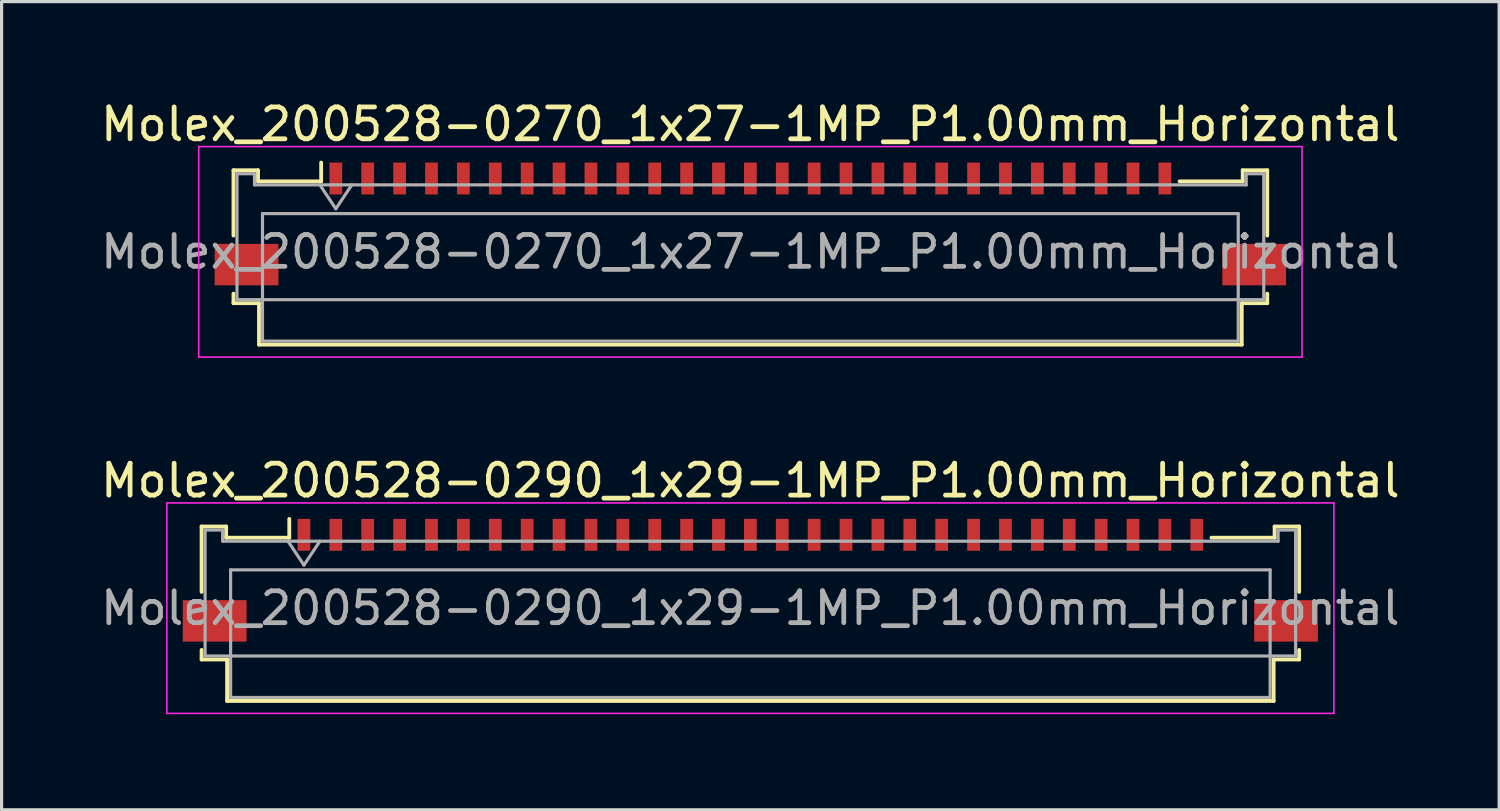
<source format=kicad_pcb>
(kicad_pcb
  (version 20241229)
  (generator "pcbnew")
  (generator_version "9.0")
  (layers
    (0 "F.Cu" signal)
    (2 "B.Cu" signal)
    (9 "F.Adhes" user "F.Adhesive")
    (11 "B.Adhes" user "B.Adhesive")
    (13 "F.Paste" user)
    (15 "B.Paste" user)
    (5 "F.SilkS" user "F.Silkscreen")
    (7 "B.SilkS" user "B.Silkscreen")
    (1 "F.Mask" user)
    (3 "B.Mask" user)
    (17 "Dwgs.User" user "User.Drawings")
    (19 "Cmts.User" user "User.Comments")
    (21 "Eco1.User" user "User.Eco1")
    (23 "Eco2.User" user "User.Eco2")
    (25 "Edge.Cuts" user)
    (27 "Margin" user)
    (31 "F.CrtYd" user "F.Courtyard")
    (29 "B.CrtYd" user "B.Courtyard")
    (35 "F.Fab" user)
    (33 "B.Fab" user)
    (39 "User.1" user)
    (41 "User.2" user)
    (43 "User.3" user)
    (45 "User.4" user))
  (footprint "Molex_200528-0290_1x29-1MP_P1.00mm_Horizontal"
    (layer "F.Cu")
    (at 20.482 14.632)
    (property "Reference" "Molex_200528-0290_1x29-1MP_P1.00mm_Horizontal" (at 0 -2.61 0) (layer "F.SilkS") (effects (font (size 1 1) (thickness 0.15))))
    (attr smd)
    (fp_line (start -17.21 -1.17) (end -17.21 0.88) (stroke (width 0.12) (type solid)) (layer "F.SilkS"))
    (fp_line (start -17.21 2.7) (end -17.21 3) (stroke (width 0.12) (type solid)) (layer "F.SilkS"))
    (fp_line (start -17.21 3) (end -16.41 3) (stroke (width 0.12) (type solid)) (layer "F.SilkS"))
    (fp_line (start -16.44 -1.17) (end -17.21 -1.17) (stroke (width 0.12) (type solid)) (layer "F.SilkS"))
    (fp_line (start -16.44 -0.82) (end -16.44 -1.17) (stroke (width 0.12) (type solid)) (layer "F.SilkS"))
    (fp_line (start -16.41 3) (end -16.41 4.3) (stroke (width 0.12) (type solid)) (layer "F.SilkS"))
    (fp_line (start -16.41 4.3) (end 16.41 4.3) (stroke (width 0.12) (type solid)) (layer "F.SilkS"))
    (fp_line (start -14.46 -1.41) (end -14.46 -0.82) (stroke (width 0.12) (type solid)) (layer "F.SilkS"))
    (fp_line (start -14.46 -0.82) (end -16.44 -0.82) (stroke (width 0.12) (type solid)) (layer "F.SilkS"))
    (fp_line (start 16.41 3) (end 17.21 3) (stroke (width 0.12) (type solid)) (layer "F.SilkS"))
    (fp_line (start 16.41 4.3) (end 16.41 3) (stroke (width 0.12) (type solid)) (layer "F.SilkS"))
    (fp_line (start 16.44 -1.17) (end 16.44 -0.82) (stroke (width 0.12) (type solid)) (layer "F.SilkS"))
    (fp_line (start 16.44 -0.82) (end 14.46 -0.82) (stroke (width 0.12) (type solid)) (layer "F.SilkS"))
    (fp_line (start 17.21 -1.17) (end 16.44 -1.17) (stroke (width 0.12) (type solid)) (layer "F.SilkS"))
    (fp_line (start 17.21 0.88) (end 17.21 -1.17) (stroke (width 0.12) (type solid)) (layer "F.SilkS"))
    (fp_line (start 17.21 3) (end 17.21 2.7) (stroke (width 0.12) (type solid)) (layer "F.SilkS"))
    (fp_line (start -18.3 -1.91) (end -18.3 4.69) (stroke (width 0.05) (type solid)) (layer "F.CrtYd"))
    (fp_line (start -18.3 4.69) (end 18.3 4.69) (stroke (width 0.05) (type solid)) (layer "F.CrtYd"))
    (fp_line (start 18.3 -1.91) (end -18.3 -1.91) (stroke (width 0.05) (type solid)) (layer "F.CrtYd"))
    (fp_line (start 18.3 4.69) (end 18.3 -1.91) (stroke (width 0.05) (type solid)) (layer "F.CrtYd"))
    (fp_line (start -17.1 -1.06) (end -17.1 2.89) (stroke (width 0.1) (type solid)) (layer "F.Fab"))
    (fp_line (start -17.1 2.89) (end 17.1 2.89) (stroke (width 0.1) (type solid)) (layer "F.Fab"))
    (fp_line (start -16.55 -1.06) (end -17.1 -1.06) (stroke (width 0.1) (type solid)) (layer "F.Fab"))
    (fp_line (start -16.55 -0.71) (end -16.55 -1.06) (stroke (width 0.1) (type solid)) (layer "F.Fab"))
    (fp_line (start -16.3 0.19) (end -16.3 4.19) (stroke (width 0.1) (type solid)) (layer "F.Fab"))
    (fp_line (start -16.3 4.19) (end 16.3 4.19) (stroke (width 0.1) (type solid)) (layer "F.Fab"))
    (fp_line (start -14.5 -0.71) (end -14 0.04) (stroke (width 0.1) (type solid)) (layer "F.Fab"))
    (fp_line (start -14 0.04) (end -13.5 -0.71) (stroke (width 0.1) (type solid)) (layer "F.Fab"))
    (fp_line (start 16.3 0.19) (end -16.3 0.19) (stroke (width 0.1) (type solid)) (layer "F.Fab"))
    (fp_line (start 16.3 4.19) (end 16.3 0.19) (stroke (width 0.1) (type solid)) (layer "F.Fab"))
    (fp_line (start 16.55 -1.06) (end 16.55 -0.71) (stroke (width 0.1) (type solid)) (layer "F.Fab"))
    (fp_line (start 16.55 -0.71) (end -16.55 -0.71) (stroke (width 0.1) (type solid)) (layer "F.Fab"))
    (fp_line (start 17.1 -1.06) (end 16.55 -1.06) (stroke (width 0.1) (type solid)) (layer "F.Fab"))
    (fp_line (start 17.1 2.89) (end 17.1 -1.06) (stroke (width 0.1) (type solid)) (layer "F.Fab"))
    (fp_text user "${REFERENCE}" (at 0 1.39 0) (layer "F.Fab") (effects (font (size 1 1) (thickness 0.15))))
    (pad "1" smd rect (at -14 -0.91) (size 0.4 1) (layers "F.Cu" "F.Mask" "F.Paste"))
    (pad "2" smd rect (at -13 -0.91) (size 0.4 1) (layers "F.Cu" "F.Mask" "F.Paste"))
    (pad "3" smd rect (at -12 -0.91) (size 0.4 1) (layers "F.Cu" "F.Mask" "F.Paste"))
    (pad "4" smd rect (at -11 -0.91) (size 0.4 1) (layers "F.Cu" "F.Mask" "F.Paste"))
    (pad "5" smd rect (at -10 -0.91) (size 0.4 1) (layers "F.Cu" "F.Mask" "F.Paste"))
    (pad "6" smd rect (at -9 -0.91) (size 0.4 1) (layers "F.Cu" "F.Mask" "F.Paste"))
    (pad "7" smd rect (at -8 -0.91) (size 0.4 1) (layers "F.Cu" "F.Mask" "F.Paste"))
    (pad "8" smd rect (at -7 -0.91) (size 0.4 1) (layers "F.Cu" "F.Mask" "F.Paste"))
    (pad "9" smd rect (at -6 -0.91) (size 0.4 1) (layers "F.Cu" "F.Mask" "F.Paste"))
    (pad "10" smd rect (at -5 -0.91) (size 0.4 1) (layers "F.Cu" "F.Mask" "F.Paste"))
    (pad "11" smd rect (at -4 -0.91) (size 0.4 1) (layers "F.Cu" "F.Mask" "F.Paste"))
    (pad "12" smd rect (at -3 -0.91) (size 0.4 1) (layers "F.Cu" "F.Mask" "F.Paste"))
    (pad "13" smd rect (at -2 -0.91) (size 0.4 1) (layers "F.Cu" "F.Mask" "F.Paste"))
    (pad "14" smd rect (at -1 -0.91) (size 0.4 1) (layers "F.Cu" "F.Mask" "F.Paste"))
    (pad "15" smd rect (at 0 -0.91) (size 0.4 1) (layers "F.Cu" "F.Mask" "F.Paste"))
    (pad "16" smd rect (at 1 -0.91) (size 0.4 1) (layers "F.Cu" "F.Mask" "F.Paste"))
    (pad "17" smd rect (at 2 -0.91) (size 0.4 1) (layers "F.Cu" "F.Mask" "F.Paste"))
    (pad "18" smd rect (at 3 -0.91) (size 0.4 1) (layers "F.Cu" "F.Mask" "F.Paste"))
    (pad "19" smd rect (at 4 -0.91) (size 0.4 1) (layers "F.Cu" "F.Mask" "F.Paste"))
    (pad "20" smd rect (at 5 -0.91) (size 0.4 1) (layers "F.Cu" "F.Mask" "F.Paste"))
    (pad "21" smd rect (at 6 -0.91) (size 0.4 1) (layers "F.Cu" "F.Mask" "F.Paste"))
    (pad "22" smd rect (at 7 -0.91) (size 0.4 1) (layers "F.Cu" "F.Mask" "F.Paste"))
    (pad "23" smd rect (at 8 -0.91) (size 0.4 1) (layers "F.Cu" "F.Mask" "F.Paste"))
    (pad "24" smd rect (at 9 -0.91) (size 0.4 1) (layers "F.Cu" "F.Mask" "F.Paste"))
    (pad "25" smd rect (at 10 -0.91) (size 0.4 1) (layers "F.Cu" "F.Mask" "F.Paste"))
    (pad "26" smd rect (at 11 -0.91) (size 0.4 1) (layers "F.Cu" "F.Mask" "F.Paste"))
    (pad "27" smd rect (at 12 -0.91) (size 0.4 1) (layers "F.Cu" "F.Mask" "F.Paste"))
    (pad "28" smd rect (at 13 -0.91) (size 0.4 1) (layers "F.Cu" "F.Mask" "F.Paste"))
    (pad "29" smd rect (at 14 -0.91) (size 0.4 1) (layers "F.Cu" "F.Mask" "F.Paste"))
    (pad "MP" smd rect (at -16.8 1.79) (size 2 1.3) (layers "F.Cu" "F.Mask" "F.Paste"))
    (pad "MP" smd rect (at 16.8 1.79) (size 2 1.3) (layers "F.Cu" "F.Mask" "F.Paste")))
  (footprint "Molex_200528-0270_1x27-1MP_P1.00mm_Horizontal"
    (layer "F.Cu")
    (at 20.482 3.458)
    (property "Reference" "Molex_200528-0270_1x27-1MP_P1.00mm_Horizontal" (at 0 -2.61 0) (layer "F.SilkS") (effects (font (size 1 1) (thickness 0.15))))
    (attr smd)
    (fp_line (start -16.21 -1.17) (end -16.21 0.88) (stroke (width 0.12) (type solid)) (layer "F.SilkS"))
    (fp_line (start -16.21 2.7) (end -16.21 3) (stroke (width 0.12) (type solid)) (layer "F.SilkS"))
    (fp_line (start -16.21 3) (end -15.41 3) (stroke (width 0.12) (type solid)) (layer "F.SilkS"))
    (fp_line (start -15.44 -1.17) (end -16.21 -1.17) (stroke (width 0.12) (type solid)) (layer "F.SilkS"))
    (fp_line (start -15.44 -0.82) (end -15.44 -1.17) (stroke (width 0.12) (type solid)) (layer "F.SilkS"))
    (fp_line (start -15.41 3) (end -15.41 4.3) (stroke (width 0.12) (type solid)) (layer "F.SilkS"))
    (fp_line (start -15.41 4.3) (end 15.41 4.3) (stroke (width 0.12) (type solid)) (layer "F.SilkS"))
    (fp_line (start -13.46 -1.41) (end -13.46 -0.82) (stroke (width 0.12) (type solid)) (layer "F.SilkS"))
    (fp_line (start -13.46 -0.82) (end -15.44 -0.82) (stroke (width 0.12) (type solid)) (layer "F.SilkS"))
    (fp_line (start 15.41 3) (end 16.21 3) (stroke (width 0.12) (type solid)) (layer "F.SilkS"))
    (fp_line (start 15.41 4.3) (end 15.41 3) (stroke (width 0.12) (type solid)) (layer "F.SilkS"))
    (fp_line (start 15.44 -1.17) (end 15.44 -0.82) (stroke (width 0.12) (type solid)) (layer "F.SilkS"))
    (fp_line (start 15.44 -0.82) (end 13.46 -0.82) (stroke (width 0.12) (type solid)) (layer "F.SilkS"))
    (fp_line (start 16.21 -1.17) (end 15.44 -1.17) (stroke (width 0.12) (type solid)) (layer "F.SilkS"))
    (fp_line (start 16.21 0.88) (end 16.21 -1.17) (stroke (width 0.12) (type solid)) (layer "F.SilkS"))
    (fp_line (start 16.21 3) (end 16.21 2.7) (stroke (width 0.12) (type solid)) (layer "F.SilkS"))
    (fp_line (start -17.3 -1.91) (end -17.3 4.69) (stroke (width 0.05) (type solid)) (layer "F.CrtYd"))
    (fp_line (start -17.3 4.69) (end 17.3 4.69) (stroke (width 0.05) (type solid)) (layer "F.CrtYd"))
    (fp_line (start 17.3 -1.91) (end -17.3 -1.91) (stroke (width 0.05) (type solid)) (layer "F.CrtYd"))
    (fp_line (start 17.3 4.69) (end 17.3 -1.91) (stroke (width 0.05) (type solid)) (layer "F.CrtYd"))
    (fp_line (start -16.1 -1.06) (end -16.1 2.89) (stroke (width 0.1) (type solid)) (layer "F.Fab"))
    (fp_line (start -16.1 2.89) (end 16.1 2.89) (stroke (width 0.1) (type solid)) (layer "F.Fab"))
    (fp_line (start -15.55 -1.06) (end -16.1 -1.06) (stroke (width 0.1) (type solid)) (layer "F.Fab"))
    (fp_line (start -15.55 -0.71) (end -15.55 -1.06) (stroke (width 0.1) (type solid)) (layer "F.Fab"))
    (fp_line (start -15.3 0.19) (end -15.3 4.19) (stroke (width 0.1) (type solid)) (layer "F.Fab"))
    (fp_line (start -15.3 4.19) (end 15.3 4.19) (stroke (width 0.1) (type solid)) (layer "F.Fab"))
    (fp_line (start -13.5 -0.71) (end -13 0.04) (stroke (width 0.1) (type solid)) (layer "F.Fab"))
    (fp_line (start -13 0.04) (end -12.5 -0.71) (stroke (width 0.1) (type solid)) (layer "F.Fab"))
    (fp_line (start 15.3 0.19) (end -15.3 0.19) (stroke (width 0.1) (type solid)) (layer "F.Fab"))
    (fp_line (start 15.3 4.19) (end 15.3 0.19) (stroke (width 0.1) (type solid)) (layer "F.Fab"))
    (fp_line (start 15.55 -1.06) (end 15.55 -0.71) (stroke (width 0.1) (type solid)) (layer "F.Fab"))
    (fp_line (start 15.55 -0.71) (end -15.55 -0.71) (stroke (width 0.1) (type solid)) (layer "F.Fab"))
    (fp_line (start 16.1 -1.06) (end 15.55 -1.06) (stroke (width 0.1) (type solid)) (layer "F.Fab"))
    (fp_line (start 16.1 2.89) (end 16.1 -1.06) (stroke (width 0.1) (type solid)) (layer "F.Fab"))
    (fp_text user "${REFERENCE}" (at 0 1.39 0) (layer "F.Fab") (effects (font (size 1 1) (thickness 0.15))))
    (pad "1" smd rect (at -13 -0.91) (size 0.4 1) (layers "F.Cu" "F.Mask" "F.Paste"))
    (pad "2" smd rect (at -12 -0.91) (size 0.4 1) (layers "F.Cu" "F.Mask" "F.Paste"))
    (pad "3" smd rect (at -11 -0.91) (size 0.4 1) (layers "F.Cu" "F.Mask" "F.Paste"))
    (pad "4" smd rect (at -10 -0.91) (size 0.4 1) (layers "F.Cu" "F.Mask" "F.Paste"))
    (pad "5" smd rect (at -9 -0.91) (size 0.4 1) (layers "F.Cu" "F.Mask" "F.Paste"))
    (pad "6" smd rect (at -8 -0.91) (size 0.4 1) (layers "F.Cu" "F.Mask" "F.Paste"))
    (pad "7" smd rect (at -7 -0.91) (size 0.4 1) (layers "F.Cu" "F.Mask" "F.Paste"))
    (pad "8" smd rect (at -6 -0.91) (size 0.4 1) (layers "F.Cu" "F.Mask" "F.Paste"))
    (pad "9" smd rect (at -5 -0.91) (size 0.4 1) (layers "F.Cu" "F.Mask" "F.Paste"))
    (pad "10" smd rect (at -4 -0.91) (size 0.4 1) (layers "F.Cu" "F.Mask" "F.Paste"))
    (pad "11" smd rect (at -3 -0.91) (size 0.4 1) (layers "F.Cu" "F.Mask" "F.Paste"))
    (pad "12" smd rect (at -2 -0.91) (size 0.4 1) (layers "F.Cu" "F.Mask" "F.Paste"))
    (pad "13" smd rect (at -1 -0.91) (size 0.4 1) (layers "F.Cu" "F.Mask" "F.Paste"))
    (pad "14" smd rect (at 0 -0.91) (size 0.4 1) (layers "F.Cu" "F.Mask" "F.Paste"))
    (pad "15" smd rect (at 1 -0.91) (size 0.4 1) (layers "F.Cu" "F.Mask" "F.Paste"))
    (pad "16" smd rect (at 2 -0.91) (size 0.4 1) (layers "F.Cu" "F.Mask" "F.Paste"))
    (pad "17" smd rect (at 3 -0.91) (size 0.4 1) (layers "F.Cu" "F.Mask" "F.Paste"))
    (pad "18" smd rect (at 4 -0.91) (size 0.4 1) (layers "F.Cu" "F.Mask" "F.Paste"))
    (pad "19" smd rect (at 5 -0.91) (size 0.4 1) (layers "F.Cu" "F.Mask" "F.Paste"))
    (pad "20" smd rect (at 6 -0.91) (size 0.4 1) (layers "F.Cu" "F.Mask" "F.Paste"))
    (pad "21" smd rect (at 7 -0.91) (size 0.4 1) (layers "F.Cu" "F.Mask" "F.Paste"))
    (pad "22" smd rect (at 8 -0.91) (size 0.4 1) (layers "F.Cu" "F.Mask" "F.Paste"))
    (pad "23" smd rect (at 9 -0.91) (size 0.4 1) (layers "F.Cu" "F.Mask" "F.Paste"))
    (pad "24" smd rect (at 10 -0.91) (size 0.4 1) (layers "F.Cu" "F.Mask" "F.Paste"))
    (pad "25" smd rect (at 11 -0.91) (size 0.4 1) (layers "F.Cu" "F.Mask" "F.Paste"))
    (pad "26" smd rect (at 12 -0.91) (size 0.4 1) (layers "F.Cu" "F.Mask" "F.Paste"))
    (pad "27" smd rect (at 13 -0.91) (size 0.4 1) (layers "F.Cu" "F.Mask" "F.Paste"))
    (pad "MP" smd rect (at -15.8 1.79) (size 2 1.3) (layers "F.Cu" "F.Mask" "F.Paste"))
    (pad "MP" smd rect (at 15.8 1.79) (size 2 1.3) (layers "F.Cu" "F.Mask" "F.Paste")))
  (gr_rect
    (start -3 -3)
    (end 43.964 22.346)
    (stroke (width 0.1) (type default))
    (fill no)
    (layer "Edge.Cuts")))
</source>
